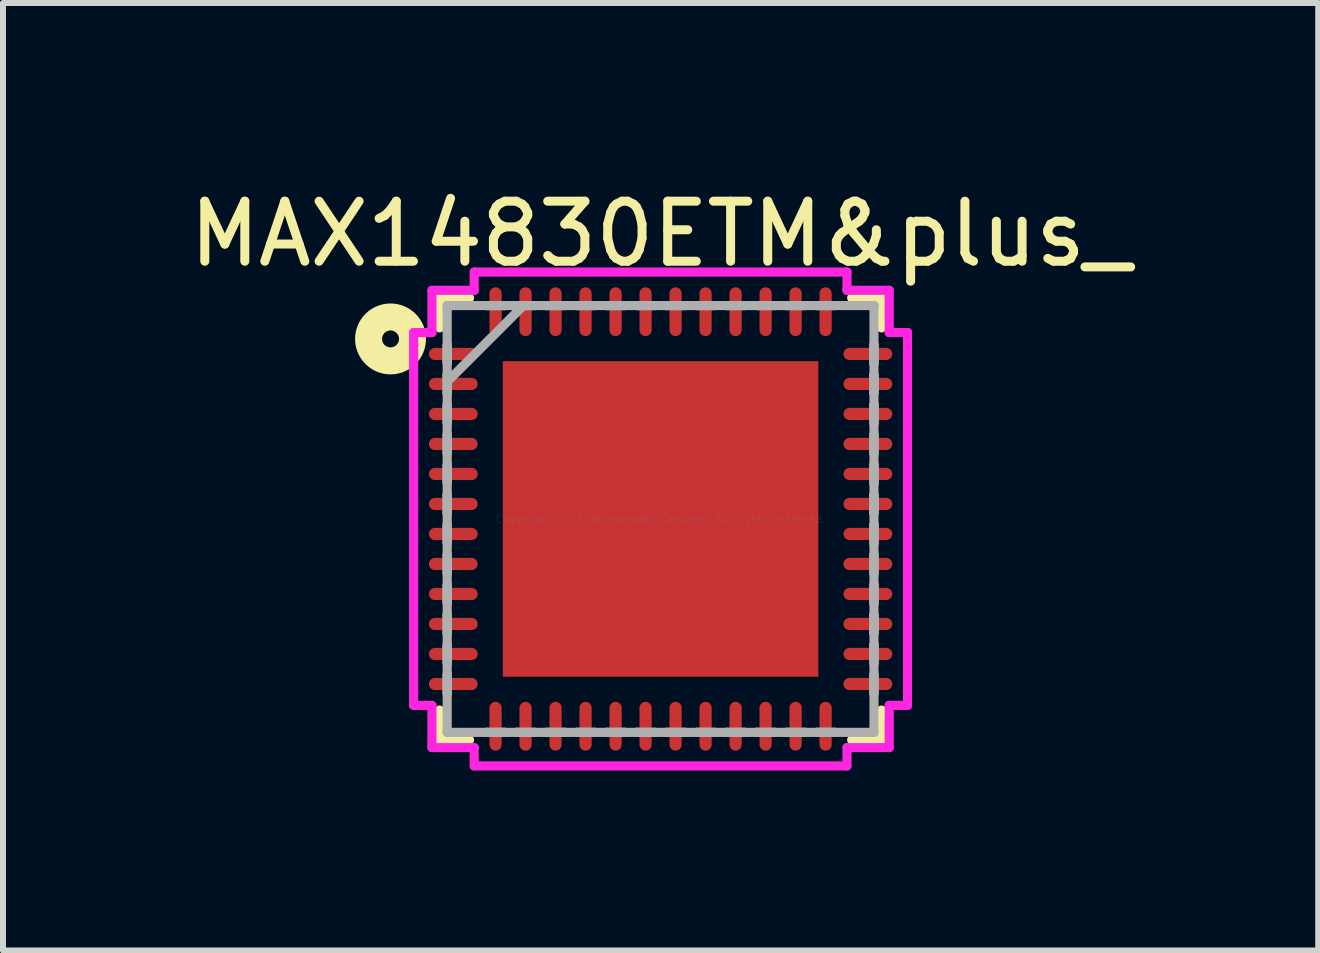
<source format=kicad_pcb>
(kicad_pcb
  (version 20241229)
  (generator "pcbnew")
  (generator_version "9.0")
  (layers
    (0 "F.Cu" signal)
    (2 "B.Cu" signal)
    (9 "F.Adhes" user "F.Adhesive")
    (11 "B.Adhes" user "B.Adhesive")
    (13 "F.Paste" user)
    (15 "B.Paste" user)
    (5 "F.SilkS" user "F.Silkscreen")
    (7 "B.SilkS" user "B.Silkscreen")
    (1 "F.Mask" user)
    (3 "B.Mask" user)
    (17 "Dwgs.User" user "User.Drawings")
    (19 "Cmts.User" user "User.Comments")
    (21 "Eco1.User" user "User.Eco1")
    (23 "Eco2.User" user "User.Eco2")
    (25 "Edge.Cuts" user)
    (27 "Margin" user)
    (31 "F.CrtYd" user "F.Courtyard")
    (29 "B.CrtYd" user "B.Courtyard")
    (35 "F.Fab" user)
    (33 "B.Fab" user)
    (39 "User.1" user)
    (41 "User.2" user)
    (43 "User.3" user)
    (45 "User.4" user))
  (footprint "MAX14830ETM&plus_"
    (layer "F.Cu")
    (at 7.958 5.598)
    (property "Reference" "MAX14830ETM&plus_" (at 0 -4.75 0) (layer "F.SilkS") (effects (font (size 1 1) (thickness 0.15))))
    (attr through_hole)
    (fp_line (start -3.683 -3.683) (end -3.683 -3.184) (stroke (width 0.152) (type solid)) (layer "F.SilkS"))
    (fp_line (start -3.683 3.184) (end -3.683 3.683) (stroke (width 0.152) (type solid)) (layer "F.SilkS"))
    (fp_line (start -3.683 3.683) (end -3.184 3.683) (stroke (width 0.152) (type solid)) (layer "F.SilkS"))
    (fp_line (start -3.184 -3.683) (end -3.683 -3.683) (stroke (width 0.152) (type solid)) (layer "F.SilkS"))
    (fp_line (start 3.184 3.683) (end 3.683 3.683) (stroke (width 0.152) (type solid)) (layer "F.SilkS"))
    (fp_line (start 3.683 -3.683) (end 3.184 -3.683) (stroke (width 0.152) (type solid)) (layer "F.SilkS"))
    (fp_line (start 3.683 -3.184) (end 3.683 -3.683) (stroke (width 0.152) (type solid)) (layer "F.SilkS"))
    (fp_line (start 3.683 3.683) (end 3.683 3.184) (stroke (width 0.152) (type solid)) (layer "F.SilkS"))
    (fp_circle (center -4.5 -3) (end -4.359 -3) (stroke (width 0.45) (type solid)) (fill no) (layer "F.SilkS"))
    (fp_line (start -2.529 -2.529) (end -2.529 -1.414) (stroke (width 0.152) (type solid)) (layer "F.Paste"))
    (fp_line (start -2.529 -1.414) (end -1.414 -1.414) (stroke (width 0.152) (type solid)) (layer "F.Paste"))
    (fp_line (start -2.529 -1.214) (end -2.529 -0.1) (stroke (width 0.152) (type solid)) (layer "F.Paste"))
    (fp_line (start -2.529 -0.1) (end -1.414 -0.1) (stroke (width 0.152) (type solid)) (layer "F.Paste"))
    (fp_line (start -2.529 0.1) (end -2.529 1.214) (stroke (width 0.152) (type solid)) (layer "F.Paste"))
    (fp_line (start -2.529 1.214) (end -1.414 1.214) (stroke (width 0.152) (type solid)) (layer "F.Paste"))
    (fp_line (start -2.529 1.414) (end -2.529 2.529) (stroke (width 0.152) (type solid)) (layer "F.Paste"))
    (fp_line (start -2.529 2.529) (end -1.414 2.529) (stroke (width 0.152) (type solid)) (layer "F.Paste"))
    (fp_line (start -1.414 -2.529) (end -2.529 -2.529) (stroke (width 0.152) (type solid)) (layer "F.Paste"))
    (fp_line (start -1.414 -1.414) (end -1.414 -2.529) (stroke (width 0.152) (type solid)) (layer "F.Paste"))
    (fp_line (start -1.414 -1.214) (end -2.529 -1.214) (stroke (width 0.152) (type solid)) (layer "F.Paste"))
    (fp_line (start -1.414 -0.1) (end -1.414 -1.214) (stroke (width 0.152) (type solid)) (layer "F.Paste"))
    (fp_line (start -1.414 0.1) (end -2.529 0.1) (stroke (width 0.152) (type solid)) (layer "F.Paste"))
    (fp_line (start -1.414 1.214) (end -1.414 0.1) (stroke (width 0.152) (type solid)) (layer "F.Paste"))
    (fp_line (start -1.414 1.414) (end -2.529 1.414) (stroke (width 0.152) (type solid)) (layer "F.Paste"))
    (fp_line (start -1.414 2.529) (end -1.414 1.414) (stroke (width 0.152) (type solid)) (layer "F.Paste"))
    (fp_line (start -1.214 -2.529) (end -1.214 -1.414) (stroke (width 0.152) (type solid)) (layer "F.Paste"))
    (fp_line (start -1.214 -1.414) (end -0.1 -1.414) (stroke (width 0.152) (type solid)) (layer "F.Paste"))
    (fp_line (start -1.214 -1.214) (end -1.214 -0.1) (stroke (width 0.152) (type solid)) (layer "F.Paste"))
    (fp_line (start -1.214 -0.1) (end -0.1 -0.1) (stroke (width 0.152) (type solid)) (layer "F.Paste"))
    (fp_line (start -1.214 0.1) (end -1.214 1.214) (stroke (width 0.152) (type solid)) (layer "F.Paste"))
    (fp_line (start -1.214 1.214) (end -0.1 1.214) (stroke (width 0.152) (type solid)) (layer "F.Paste"))
    (fp_line (start -1.214 1.414) (end -1.214 2.529) (stroke (width 0.152) (type solid)) (layer "F.Paste"))
    (fp_line (start -1.214 2.529) (end -0.1 2.529) (stroke (width 0.152) (type solid)) (layer "F.Paste"))
    (fp_line (start -0.1 -2.529) (end -1.214 -2.529) (stroke (width 0.152) (type solid)) (layer "F.Paste"))
    (fp_line (start -0.1 -1.414) (end -0.1 -2.529) (stroke (width 0.152) (type solid)) (layer "F.Paste"))
    (fp_line (start -0.1 -1.214) (end -1.214 -1.214) (stroke (width 0.152) (type solid)) (layer "F.Paste"))
    (fp_line (start -0.1 -0.1) (end -0.1 -1.214) (stroke (width 0.152) (type solid)) (layer "F.Paste"))
    (fp_line (start -0.1 0.1) (end -1.214 0.1) (stroke (width 0.152) (type solid)) (layer "F.Paste"))
    (fp_line (start -0.1 1.214) (end -0.1 0.1) (stroke (width 0.152) (type solid)) (layer "F.Paste"))
    (fp_line (start -0.1 1.414) (end -1.214 1.414) (stroke (width 0.152) (type solid)) (layer "F.Paste"))
    (fp_line (start -0.1 2.529) (end -0.1 1.414) (stroke (width 0.152) (type solid)) (layer "F.Paste"))
    (fp_line (start 0.1 -2.529) (end 0.1 -1.414) (stroke (width 0.152) (type solid)) (layer "F.Paste"))
    (fp_line (start 0.1 -1.414) (end 1.214 -1.414) (stroke (width 0.152) (type solid)) (layer "F.Paste"))
    (fp_line (start 0.1 -1.214) (end 0.1 -0.1) (stroke (width 0.152) (type solid)) (layer "F.Paste"))
    (fp_line (start 0.1 -0.1) (end 1.214 -0.1) (stroke (width 0.152) (type solid)) (layer "F.Paste"))
    (fp_line (start 0.1 0.1) (end 0.1 1.214) (stroke (width 0.152) (type solid)) (layer "F.Paste"))
    (fp_line (start 0.1 1.214) (end 1.214 1.214) (stroke (width 0.152) (type solid)) (layer "F.Paste"))
    (fp_line (start 0.1 1.414) (end 0.1 2.529) (stroke (width 0.152) (type solid)) (layer "F.Paste"))
    (fp_line (start 0.1 2.529) (end 1.214 2.529) (stroke (width 0.152) (type solid)) (layer "F.Paste"))
    (fp_line (start 1.214 -2.529) (end 0.1 -2.529) (stroke (width 0.152) (type solid)) (layer "F.Paste"))
    (fp_line (start 1.214 -1.414) (end 1.214 -2.529) (stroke (width 0.152) (type solid)) (layer "F.Paste"))
    (fp_line (start 1.214 -1.214) (end 0.1 -1.214) (stroke (width 0.152) (type solid)) (layer "F.Paste"))
    (fp_line (start 1.214 -0.1) (end 1.214 -1.214) (stroke (width 0.152) (type solid)) (layer "F.Paste"))
    (fp_line (start 1.214 0.1) (end 0.1 0.1) (stroke (width 0.152) (type solid)) (layer "F.Paste"))
    (fp_line (start 1.214 1.214) (end 1.214 0.1) (stroke (width 0.152) (type solid)) (layer "F.Paste"))
    (fp_line (start 1.214 1.414) (end 0.1 1.414) (stroke (width 0.152) (type solid)) (layer "F.Paste"))
    (fp_line (start 1.214 2.529) (end 1.214 1.414) (stroke (width 0.152) (type solid)) (layer "F.Paste"))
    (fp_line (start 1.414 -2.529) (end 1.414 -1.414) (stroke (width 0.152) (type solid)) (layer "F.Paste"))
    (fp_line (start 1.414 -1.414) (end 2.529 -1.414) (stroke (width 0.152) (type solid)) (layer "F.Paste"))
    (fp_line (start 1.414 -1.214) (end 1.414 -0.1) (stroke (width 0.152) (type solid)) (layer "F.Paste"))
    (fp_line (start 1.414 -0.1) (end 2.529 -0.1) (stroke (width 0.152) (type solid)) (layer "F.Paste"))
    (fp_line (start 1.414 0.1) (end 1.414 1.214) (stroke (width 0.152) (type solid)) (layer "F.Paste"))
    (fp_line (start 1.414 1.214) (end 2.529 1.214) (stroke (width 0.152) (type solid)) (layer "F.Paste"))
    (fp_line (start 1.414 1.414) (end 1.414 2.529) (stroke (width 0.152) (type solid)) (layer "F.Paste"))
    (fp_line (start 1.414 2.529) (end 2.529 2.529) (stroke (width 0.152) (type solid)) (layer "F.Paste"))
    (fp_line (start 2.529 -2.529) (end 1.414 -2.529) (stroke (width 0.152) (type solid)) (layer "F.Paste"))
    (fp_line (start 2.529 -1.414) (end 2.529 -2.529) (stroke (width 0.152) (type solid)) (layer "F.Paste"))
    (fp_line (start 2.529 -1.214) (end 1.414 -1.214) (stroke (width 0.152) (type solid)) (layer "F.Paste"))
    (fp_line (start 2.529 -0.1) (end 2.529 -1.214) (stroke (width 0.152) (type solid)) (layer "F.Paste"))
    (fp_line (start 2.529 0.1) (end 1.414 0.1) (stroke (width 0.152) (type solid)) (layer "F.Paste"))
    (fp_line (start 2.529 1.214) (end 2.529 0.1) (stroke (width 0.152) (type solid)) (layer "F.Paste"))
    (fp_line (start 2.529 1.414) (end 1.414 1.414) (stroke (width 0.152) (type solid)) (layer "F.Paste"))
    (fp_line (start 2.529 2.529) (end 2.529 1.414) (stroke (width 0.152) (type solid)) (layer "F.Paste"))
    (fp_line (start -4.115 -3.106) (end -3.81 -3.106) (stroke (width 0.152) (type solid)) (layer "F.CrtYd"))
    (fp_line (start -4.115 3.106) (end -4.115 -3.106) (stroke (width 0.152) (type solid)) (layer "F.CrtYd"))
    (fp_line (start -3.81 -3.81) (end -3.106 -3.81) (stroke (width 0.152) (type solid)) (layer "F.CrtYd"))
    (fp_line (start -3.81 -3.106) (end -3.81 -3.81) (stroke (width 0.152) (type solid)) (layer "F.CrtYd"))
    (fp_line (start -3.81 3.106) (end -4.115 3.106) (stroke (width 0.152) (type solid)) (layer "F.CrtYd"))
    (fp_line (start -3.81 3.81) (end -3.81 3.106) (stroke (width 0.152) (type solid)) (layer "F.CrtYd"))
    (fp_line (start -3.106 -4.115) (end 3.106 -4.115) (stroke (width 0.152) (type solid)) (layer "F.CrtYd"))
    (fp_line (start -3.106 -3.81) (end -3.106 -4.115) (stroke (width 0.152) (type solid)) (layer "F.CrtYd"))
    (fp_line (start -3.106 3.81) (end -3.81 3.81) (stroke (width 0.152) (type solid)) (layer "F.CrtYd"))
    (fp_line (start -3.106 4.115) (end -3.106 3.81) (stroke (width 0.152) (type solid)) (layer "F.CrtYd"))
    (fp_line (start 3.106 -4.115) (end 3.106 -3.81) (stroke (width 0.152) (type solid)) (layer "F.CrtYd"))
    (fp_line (start 3.106 -3.81) (end 3.81 -3.81) (stroke (width 0.152) (type solid)) (layer "F.CrtYd"))
    (fp_line (start 3.106 3.81) (end 3.106 4.115) (stroke (width 0.152) (type solid)) (layer "F.CrtYd"))
    (fp_line (start 3.106 4.115) (end -3.106 4.115) (stroke (width 0.152) (type solid)) (layer "F.CrtYd"))
    (fp_line (start 3.81 -3.81) (end 3.81 -3.106) (stroke (width 0.152) (type solid)) (layer "F.CrtYd"))
    (fp_line (start 3.81 -3.106) (end 4.115 -3.106) (stroke (width 0.152) (type solid)) (layer "F.CrtYd"))
    (fp_line (start 3.81 3.106) (end 3.81 3.81) (stroke (width 0.152) (type solid)) (layer "F.CrtYd"))
    (fp_line (start 3.81 3.81) (end 3.106 3.81) (stroke (width 0.152) (type solid)) (layer "F.CrtYd"))
    (fp_line (start 4.115 -3.106) (end 4.115 3.106) (stroke (width 0.152) (type solid)) (layer "F.CrtYd"))
    (fp_line (start 4.115 3.106) (end 3.81 3.106) (stroke (width 0.152) (type solid)) (layer "F.CrtYd"))
    (fp_line (start -3.556 -3.556) (end -3.556 -3.556) (stroke (width 0.152) (type solid)) (layer "F.Fab"))
    (fp_line (start -3.556 -3.556) (end -3.556 3.556) (stroke (width 0.152) (type solid)) (layer "F.Fab"))
    (fp_line (start -3.556 -2.902) (end -3.556 -2.902) (stroke (width 0.152) (type solid)) (layer "F.Fab"))
    (fp_line (start -3.556 -2.902) (end -3.556 -2.598) (stroke (width 0.152) (type solid)) (layer "F.Fab"))
    (fp_line (start -3.556 -2.598) (end -3.556 -2.902) (stroke (width 0.152) (type solid)) (layer "F.Fab"))
    (fp_line (start -3.556 -2.598) (end -3.556 -2.598) (stroke (width 0.152) (type solid)) (layer "F.Fab"))
    (fp_line (start -3.556 -2.402) (end -3.556 -2.402) (stroke (width 0.152) (type solid)) (layer "F.Fab"))
    (fp_line (start -3.556 -2.402) (end -3.556 -2.098) (stroke (width 0.152) (type solid)) (layer "F.Fab"))
    (fp_line (start -3.556 -2.286) (end -2.286 -3.556) (stroke (width 0.152) (type solid)) (layer "F.Fab"))
    (fp_line (start -3.556 -2.098) (end -3.556 -2.402) (stroke (width 0.152) (type solid)) (layer "F.Fab"))
    (fp_line (start -3.556 -2.098) (end -3.556 -2.098) (stroke (width 0.152) (type solid)) (layer "F.Fab"))
    (fp_line (start -3.556 -1.902) (end -3.556 -1.902) (stroke (width 0.152) (type solid)) (layer "F.Fab"))
    (fp_line (start -3.556 -1.902) (end -3.556 -1.598) (stroke (width 0.152) (type solid)) (layer "F.Fab"))
    (fp_line (start -3.556 -1.598) (end -3.556 -1.902) (stroke (width 0.152) (type solid)) (layer "F.Fab"))
    (fp_line (start -3.556 -1.598) (end -3.556 -1.598) (stroke (width 0.152) (type solid)) (layer "F.Fab"))
    (fp_line (start -3.556 -1.402) (end -3.556 -1.402) (stroke (width 0.152) (type solid)) (layer "F.Fab"))
    (fp_line (start -3.556 -1.402) (end -3.556 -1.098) (stroke (width 0.152) (type solid)) (layer "F.Fab"))
    (fp_line (start -3.556 -1.098) (end -3.556 -1.402) (stroke (width 0.152) (type solid)) (layer "F.Fab"))
    (fp_line (start -3.556 -1.098) (end -3.556 -1.098) (stroke (width 0.152) (type solid)) (layer "F.Fab"))
    (fp_line (start -3.556 -0.902) (end -3.556 -0.902) (stroke (width 0.152) (type solid)) (layer "F.Fab"))
    (fp_line (start -3.556 -0.902) (end -3.556 -0.598) (stroke (width 0.152) (type solid)) (layer "F.Fab"))
    (fp_line (start -3.556 -0.598) (end -3.556 -0.902) (stroke (width 0.152) (type solid)) (layer "F.Fab"))
    (fp_line (start -3.556 -0.598) (end -3.556 -0.598) (stroke (width 0.152) (type solid)) (layer "F.Fab"))
    (fp_line (start -3.556 -0.402) (end -3.556 -0.402) (stroke (width 0.152) (type solid)) (layer "F.Fab"))
    (fp_line (start -3.556 -0.402) (end -3.556 -0.098) (stroke (width 0.152) (type solid)) (layer "F.Fab"))
    (fp_line (start -3.556 -0.098) (end -3.556 -0.402) (stroke (width 0.152) (type solid)) (layer "F.Fab"))
    (fp_line (start -3.556 -0.098) (end -3.556 -0.098) (stroke (width 0.152) (type solid)) (layer "F.Fab"))
    (fp_line (start -3.556 0.098) (end -3.556 0.098) (stroke (width 0.152) (type solid)) (layer "F.Fab"))
    (fp_line (start -3.556 0.098) (end -3.556 0.402) (stroke (width 0.152) (type solid)) (layer "F.Fab"))
    (fp_line (start -3.556 0.402) (end -3.556 0.098) (stroke (width 0.152) (type solid)) (layer "F.Fab"))
    (fp_line (start -3.556 0.402) (end -3.556 0.402) (stroke (width 0.152) (type solid)) (layer "F.Fab"))
    (fp_line (start -3.556 0.598) (end -3.556 0.598) (stroke (width 0.152) (type solid)) (layer "F.Fab"))
    (fp_line (start -3.556 0.598) (end -3.556 0.902) (stroke (width 0.152) (type solid)) (layer "F.Fab"))
    (fp_line (start -3.556 0.902) (end -3.556 0.598) (stroke (width 0.152) (type solid)) (layer "F.Fab"))
    (fp_line (start -3.556 0.902) (end -3.556 0.902) (stroke (width 0.152) (type solid)) (layer "F.Fab"))
    (fp_line (start -3.556 1.098) (end -3.556 1.098) (stroke (width 0.152) (type solid)) (layer "F.Fab"))
    (fp_line (start -3.556 1.098) (end -3.556 1.402) (stroke (width 0.152) (type solid)) (layer "F.Fab"))
    (fp_line (start -3.556 1.402) (end -3.556 1.098) (stroke (width 0.152) (type solid)) (layer "F.Fab"))
    (fp_line (start -3.556 1.402) (end -3.556 1.402) (stroke (width 0.152) (type solid)) (layer "F.Fab"))
    (fp_line (start -3.556 1.598) (end -3.556 1.598) (stroke (width 0.152) (type solid)) (layer "F.Fab"))
    (fp_line (start -3.556 1.598) (end -3.556 1.902) (stroke (width 0.152) (type solid)) (layer "F.Fab"))
    (fp_line (start -3.556 1.902) (end -3.556 1.598) (stroke (width 0.152) (type solid)) (layer "F.Fab"))
    (fp_line (start -3.556 1.902) (end -3.556 1.902) (stroke (width 0.152) (type solid)) (layer "F.Fab"))
    (fp_line (start -3.556 2.098) (end -3.556 2.098) (stroke (width 0.152) (type solid)) (layer "F.Fab"))
    (fp_line (start -3.556 2.098) (end -3.556 2.402) (stroke (width 0.152) (type solid)) (layer "F.Fab"))
    (fp_line (start -3.556 2.402) (end -3.556 2.098) (stroke (width 0.152) (type solid)) (layer "F.Fab"))
    (fp_line (start -3.556 2.402) (end -3.556 2.402) (stroke (width 0.152) (type solid)) (layer "F.Fab"))
    (fp_line (start -3.556 2.598) (end -3.556 2.598) (stroke (width 0.152) (type solid)) (layer "F.Fab"))
    (fp_line (start -3.556 2.598) (end -3.556 2.902) (stroke (width 0.152) (type solid)) (layer "F.Fab"))
    (fp_line (start -3.556 2.902) (end -3.556 2.598) (stroke (width 0.152) (type solid)) (layer "F.Fab"))
    (fp_line (start -3.556 2.902) (end -3.556 2.902) (stroke (width 0.152) (type solid)) (layer "F.Fab"))
    (fp_line (start -3.556 3.556) (end -3.556 3.556) (stroke (width 0.152) (type solid)) (layer "F.Fab"))
    (fp_line (start -3.556 3.556) (end 3.556 3.556) (stroke (width 0.152) (type solid)) (layer "F.Fab"))
    (fp_line (start -2.902 -3.556) (end -2.902 -3.556) (stroke (width 0.152) (type solid)) (layer "F.Fab"))
    (fp_line (start -2.902 -3.556) (end -2.598 -3.556) (stroke (width 0.152) (type solid)) (layer "F.Fab"))
    (fp_line (start -2.902 3.556) (end -2.902 3.556) (stroke (width 0.152) (type solid)) (layer "F.Fab"))
    (fp_line (start -2.902 3.556) (end -2.598 3.556) (stroke (width 0.152) (type solid)) (layer "F.Fab"))
    (fp_line (start -2.598 -3.556) (end -2.902 -3.556) (stroke (width 0.152) (type solid)) (layer "F.Fab"))
    (fp_line (start -2.598 -3.556) (end -2.598 -3.556) (stroke (width 0.152) (type solid)) (layer "F.Fab"))
    (fp_line (start -2.598 3.556) (end -2.902 3.556) (stroke (width 0.152) (type solid)) (layer "F.Fab"))
    (fp_line (start -2.598 3.556) (end -2.598 3.556) (stroke (width 0.152) (type solid)) (layer "F.Fab"))
    (fp_line (start -2.402 -3.556) (end -2.402 -3.556) (stroke (width 0.152) (type solid)) (layer "F.Fab"))
    (fp_line (start -2.402 -3.556) (end -2.098 -3.556) (stroke (width 0.152) (type solid)) (layer "F.Fab"))
    (fp_line (start -2.402 3.556) (end -2.402 3.556) (stroke (width 0.152) (type solid)) (layer "F.Fab"))
    (fp_line (start -2.402 3.556) (end -2.098 3.556) (stroke (width 0.152) (type solid)) (layer "F.Fab"))
    (fp_line (start -2.098 -3.556) (end -2.402 -3.556) (stroke (width 0.152) (type solid)) (layer "F.Fab"))
    (fp_line (start -2.098 -3.556) (end -2.098 -3.556) (stroke (width 0.152) (type solid)) (layer "F.Fab"))
    (fp_line (start -2.098 3.556) (end -2.402 3.556) (stroke (width 0.152) (type solid)) (layer "F.Fab"))
    (fp_line (start -2.098 3.556) (end -2.098 3.556) (stroke (width 0.152) (type solid)) (layer "F.Fab"))
    (fp_line (start -1.902 -3.556) (end -1.902 -3.556) (stroke (width 0.152) (type solid)) (layer "F.Fab"))
    (fp_line (start -1.902 -3.556) (end -1.598 -3.556) (stroke (width 0.152) (type solid)) (layer "F.Fab"))
    (fp_line (start -1.902 3.556) (end -1.902 3.556) (stroke (width 0.152) (type solid)) (layer "F.Fab"))
    (fp_line (start -1.902 3.556) (end -1.598 3.556) (stroke (width 0.152) (type solid)) (layer "F.Fab"))
    (fp_line (start -1.598 -3.556) (end -1.902 -3.556) (stroke (width 0.152) (type solid)) (layer "F.Fab"))
    (fp_line (start -1.598 -3.556) (end -1.598 -3.556) (stroke (width 0.152) (type solid)) (layer "F.Fab"))
    (fp_line (start -1.598 3.556) (end -1.902 3.556) (stroke (width 0.152) (type solid)) (layer "F.Fab"))
    (fp_line (start -1.598 3.556) (end -1.598 3.556) (stroke (width 0.152) (type solid)) (layer "F.Fab"))
    (fp_line (start -1.402 -3.556) (end -1.402 -3.556) (stroke (width 0.152) (type solid)) (layer "F.Fab"))
    (fp_line (start -1.402 -3.556) (end -1.098 -3.556) (stroke (width 0.152) (type solid)) (layer "F.Fab"))
    (fp_line (start -1.402 3.556) (end -1.402 3.556) (stroke (width 0.152) (type solid)) (layer "F.Fab"))
    (fp_line (start -1.402 3.556) (end -1.098 3.556) (stroke (width 0.152) (type solid)) (layer "F.Fab"))
    (fp_line (start -1.098 -3.556) (end -1.402 -3.556) (stroke (width 0.152) (type solid)) (layer "F.Fab"))
    (fp_line (start -1.098 -3.556) (end -1.098 -3.556) (stroke (width 0.152) (type solid)) (layer "F.Fab"))
    (fp_line (start -1.098 3.556) (end -1.402 3.556) (stroke (width 0.152) (type solid)) (layer "F.Fab"))
    (fp_line (start -1.098 3.556) (end -1.098 3.556) (stroke (width 0.152) (type solid)) (layer "F.Fab"))
    (fp_line (start -0.902 -3.556) (end -0.902 -3.556) (stroke (width 0.152) (type solid)) (layer "F.Fab"))
    (fp_line (start -0.902 -3.556) (end -0.598 -3.556) (stroke (width 0.152) (type solid)) (layer "F.Fab"))
    (fp_line (start -0.902 3.556) (end -0.902 3.556) (stroke (width 0.152) (type solid)) (layer "F.Fab"))
    (fp_line (start -0.902 3.556) (end -0.598 3.556) (stroke (width 0.152) (type solid)) (layer "F.Fab"))
    (fp_line (start -0.598 -3.556) (end -0.902 -3.556) (stroke (width 0.152) (type solid)) (layer "F.Fab"))
    (fp_line (start -0.598 -3.556) (end -0.598 -3.556) (stroke (width 0.152) (type solid)) (layer "F.Fab"))
    (fp_line (start -0.598 3.556) (end -0.902 3.556) (stroke (width 0.152) (type solid)) (layer "F.Fab"))
    (fp_line (start -0.598 3.556) (end -0.598 3.556) (stroke (width 0.152) (type solid)) (layer "F.Fab"))
    (fp_line (start -0.402 -3.556) (end -0.402 -3.556) (stroke (width 0.152) (type solid)) (layer "F.Fab"))
    (fp_line (start -0.402 -3.556) (end -0.098 -3.556) (stroke (width 0.152) (type solid)) (layer "F.Fab"))
    (fp_line (start -0.402 3.556) (end -0.402 3.556) (stroke (width 0.152) (type solid)) (layer "F.Fab"))
    (fp_line (start -0.402 3.556) (end -0.098 3.556) (stroke (width 0.152) (type solid)) (layer "F.Fab"))
    (fp_line (start -0.098 -3.556) (end -0.402 -3.556) (stroke (width 0.152) (type solid)) (layer "F.Fab"))
    (fp_line (start -0.098 -3.556) (end -0.098 -3.556) (stroke (width 0.152) (type solid)) (layer "F.Fab"))
    (fp_line (start -0.098 3.556) (end -0.402 3.556) (stroke (width 0.152) (type solid)) (layer "F.Fab"))
    (fp_line (start -0.098 3.556) (end -0.098 3.556) (stroke (width 0.152) (type solid)) (layer "F.Fab"))
    (fp_line (start 0.098 -3.556) (end 0.098 -3.556) (stroke (width 0.152) (type solid)) (layer "F.Fab"))
    (fp_line (start 0.098 -3.556) (end 0.402 -3.556) (stroke (width 0.152) (type solid)) (layer "F.Fab"))
    (fp_line (start 0.098 3.556) (end 0.098 3.556) (stroke (width 0.152) (type solid)) (layer "F.Fab"))
    (fp_line (start 0.098 3.556) (end 0.402 3.556) (stroke (width 0.152) (type solid)) (layer "F.Fab"))
    (fp_line (start 0.402 -3.556) (end 0.098 -3.556) (stroke (width 0.152) (type solid)) (layer "F.Fab"))
    (fp_line (start 0.402 -3.556) (end 0.402 -3.556) (stroke (width 0.152) (type solid)) (layer "F.Fab"))
    (fp_line (start 0.402 3.556) (end 0.098 3.556) (stroke (width 0.152) (type solid)) (layer "F.Fab"))
    (fp_line (start 0.402 3.556) (end 0.402 3.556) (stroke (width 0.152) (type solid)) (layer "F.Fab"))
    (fp_line (start 0.598 -3.556) (end 0.598 -3.556) (stroke (width 0.152) (type solid)) (layer "F.Fab"))
    (fp_line (start 0.598 -3.556) (end 0.902 -3.556) (stroke (width 0.152) (type solid)) (layer "F.Fab"))
    (fp_line (start 0.598 3.556) (end 0.598 3.556) (stroke (width 0.152) (type solid)) (layer "F.Fab"))
    (fp_line (start 0.598 3.556) (end 0.902 3.556) (stroke (width 0.152) (type solid)) (layer "F.Fab"))
    (fp_line (start 0.902 -3.556) (end 0.598 -3.556) (stroke (width 0.152) (type solid)) (layer "F.Fab"))
    (fp_line (start 0.902 -3.556) (end 0.902 -3.556) (stroke (width 0.152) (type solid)) (layer "F.Fab"))
    (fp_line (start 0.902 3.556) (end 0.598 3.556) (stroke (width 0.152) (type solid)) (layer "F.Fab"))
    (fp_line (start 0.902 3.556) (end 0.902 3.556) (stroke (width 0.152) (type solid)) (layer "F.Fab"))
    (fp_line (start 1.098 -3.556) (end 1.098 -3.556) (stroke (width 0.152) (type solid)) (layer "F.Fab"))
    (fp_line (start 1.098 -3.556) (end 1.402 -3.556) (stroke (width 0.152) (type solid)) (layer "F.Fab"))
    (fp_line (start 1.098 3.556) (end 1.098 3.556) (stroke (width 0.152) (type solid)) (layer "F.Fab"))
    (fp_line (start 1.098 3.556) (end 1.402 3.556) (stroke (width 0.152) (type solid)) (layer "F.Fab"))
    (fp_line (start 1.402 -3.556) (end 1.098 -3.556) (stroke (width 0.152) (type solid)) (layer "F.Fab"))
    (fp_line (start 1.402 -3.556) (end 1.402 -3.556) (stroke (width 0.152) (type solid)) (layer "F.Fab"))
    (fp_line (start 1.402 3.556) (end 1.098 3.556) (stroke (width 0.152) (type solid)) (layer "F.Fab"))
    (fp_line (start 1.402 3.556) (end 1.402 3.556) (stroke (width 0.152) (type solid)) (layer "F.Fab"))
    (fp_line (start 1.598 -3.556) (end 1.598 -3.556) (stroke (width 0.152) (type solid)) (layer "F.Fab"))
    (fp_line (start 1.598 -3.556) (end 1.902 -3.556) (stroke (width 0.152) (type solid)) (layer "F.Fab"))
    (fp_line (start 1.598 3.556) (end 1.598 3.556) (stroke (width 0.152) (type solid)) (layer "F.Fab"))
    (fp_line (start 1.598 3.556) (end 1.902 3.556) (stroke (width 0.152) (type solid)) (layer "F.Fab"))
    (fp_line (start 1.902 -3.556) (end 1.598 -3.556) (stroke (width 0.152) (type solid)) (layer "F.Fab"))
    (fp_line (start 1.902 -3.556) (end 1.902 -3.556) (stroke (width 0.152) (type solid)) (layer "F.Fab"))
    (fp_line (start 1.902 3.556) (end 1.598 3.556) (stroke (width 0.152) (type solid)) (layer "F.Fab"))
    (fp_line (start 1.902 3.556) (end 1.902 3.556) (stroke (width 0.152) (type solid)) (layer "F.Fab"))
    (fp_line (start 2.098 -3.556) (end 2.098 -3.556) (stroke (width 0.152) (type solid)) (layer "F.Fab"))
    (fp_line (start 2.098 -3.556) (end 2.402 -3.556) (stroke (width 0.152) (type solid)) (layer "F.Fab"))
    (fp_line (start 2.098 3.556) (end 2.098 3.556) (stroke (width 0.152) (type solid)) (layer "F.Fab"))
    (fp_line (start 2.098 3.556) (end 2.402 3.556) (stroke (width 0.152) (type solid)) (layer "F.Fab"))
    (fp_line (start 2.402 -3.556) (end 2.098 -3.556) (stroke (width 0.152) (type solid)) (layer "F.Fab"))
    (fp_line (start 2.402 -3.556) (end 2.402 -3.556) (stroke (width 0.152) (type solid)) (layer "F.Fab"))
    (fp_line (start 2.402 3.556) (end 2.098 3.556) (stroke (width 0.152) (type solid)) (layer "F.Fab"))
    (fp_line (start 2.402 3.556) (end 2.402 3.556) (stroke (width 0.152) (type solid)) (layer "F.Fab"))
    (fp_line (start 2.598 -3.556) (end 2.598 -3.556) (stroke (width 0.152) (type solid)) (layer "F.Fab"))
    (fp_line (start 2.598 -3.556) (end 2.902 -3.556) (stroke (width 0.152) (type solid)) (layer "F.Fab"))
    (fp_line (start 2.598 3.556) (end 2.598 3.556) (stroke (width 0.152) (type solid)) (layer "F.Fab"))
    (fp_line (start 2.598 3.556) (end 2.902 3.556) (stroke (width 0.152) (type solid)) (layer "F.Fab"))
    (fp_line (start 2.902 -3.556) (end 2.598 -3.556) (stroke (width 0.152) (type solid)) (layer "F.Fab"))
    (fp_line (start 2.902 -3.556) (end 2.902 -3.556) (stroke (width 0.152) (type solid)) (layer "F.Fab"))
    (fp_line (start 2.902 3.556) (end 2.598 3.556) (stroke (width 0.152) (type solid)) (layer "F.Fab"))
    (fp_line (start 2.902 3.556) (end 2.902 3.556) (stroke (width 0.152) (type solid)) (layer "F.Fab"))
    (fp_line (start 3.556 -3.556) (end -3.556 -3.556) (stroke (width 0.152) (type solid)) (layer "F.Fab"))
    (fp_line (start 3.556 -3.556) (end 3.556 -3.556) (stroke (width 0.152) (type solid)) (layer "F.Fab"))
    (fp_line (start 3.556 -2.902) (end 3.556 -2.902) (stroke (width 0.152) (type solid)) (layer "F.Fab"))
    (fp_line (start 3.556 -2.902) (end 3.556 -2.598) (stroke (width 0.152) (type solid)) (layer "F.Fab"))
    (fp_line (start 3.556 -2.598) (end 3.556 -2.902) (stroke (width 0.152) (type solid)) (layer "F.Fab"))
    (fp_line (start 3.556 -2.598) (end 3.556 -2.598) (stroke (width 0.152) (type solid)) (layer "F.Fab"))
    (fp_line (start 3.556 -2.402) (end 3.556 -2.402) (stroke (width 0.152) (type solid)) (layer "F.Fab"))
    (fp_line (start 3.556 -2.402) (end 3.556 -2.098) (stroke (width 0.152) (type solid)) (layer "F.Fab"))
    (fp_line (start 3.556 -2.098) (end 3.556 -2.402) (stroke (width 0.152) (type solid)) (layer "F.Fab"))
    (fp_line (start 3.556 -2.098) (end 3.556 -2.098) (stroke (width 0.152) (type solid)) (layer "F.Fab"))
    (fp_line (start 3.556 -1.902) (end 3.556 -1.902) (stroke (width 0.152) (type solid)) (layer "F.Fab"))
    (fp_line (start 3.556 -1.902) (end 3.556 -1.598) (stroke (width 0.152) (type solid)) (layer "F.Fab"))
    (fp_line (start 3.556 -1.598) (end 3.556 -1.902) (stroke (width 0.152) (type solid)) (layer "F.Fab"))
    (fp_line (start 3.556 -1.598) (end 3.556 -1.598) (stroke (width 0.152) (type solid)) (layer "F.Fab"))
    (fp_line (start 3.556 -1.402) (end 3.556 -1.402) (stroke (width 0.152) (type solid)) (layer "F.Fab"))
    (fp_line (start 3.556 -1.402) (end 3.556 -1.098) (stroke (width 0.152) (type solid)) (layer "F.Fab"))
    (fp_line (start 3.556 -1.098) (end 3.556 -1.402) (stroke (width 0.152) (type solid)) (layer "F.Fab"))
    (fp_line (start 3.556 -1.098) (end 3.556 -1.098) (stroke (width 0.152) (type solid)) (layer "F.Fab"))
    (fp_line (start 3.556 -0.902) (end 3.556 -0.902) (stroke (width 0.152) (type solid)) (layer "F.Fab"))
    (fp_line (start 3.556 -0.902) (end 3.556 -0.598) (stroke (width 0.152) (type solid)) (layer "F.Fab"))
    (fp_line (start 3.556 -0.598) (end 3.556 -0.902) (stroke (width 0.152) (type solid)) (layer "F.Fab"))
    (fp_line (start 3.556 -0.598) (end 3.556 -0.598) (stroke (width 0.152) (type solid)) (layer "F.Fab"))
    (fp_line (start 3.556 -0.402) (end 3.556 -0.402) (stroke (width 0.152) (type solid)) (layer "F.Fab"))
    (fp_line (start 3.556 -0.402) (end 3.556 -0.098) (stroke (width 0.152) (type solid)) (layer "F.Fab"))
    (fp_line (start 3.556 -0.098) (end 3.556 -0.402) (stroke (width 0.152) (type solid)) (layer "F.Fab"))
    (fp_line (start 3.556 -0.098) (end 3.556 -0.098) (stroke (width 0.152) (type solid)) (layer "F.Fab"))
    (fp_line (start 3.556 0.098) (end 3.556 0.098) (stroke (width 0.152) (type solid)) (layer "F.Fab"))
    (fp_line (start 3.556 0.098) (end 3.556 0.402) (stroke (width 0.152) (type solid)) (layer "F.Fab"))
    (fp_line (start 3.556 0.402) (end 3.556 0.098) (stroke (width 0.152) (type solid)) (layer "F.Fab"))
    (fp_line (start 3.556 0.402) (end 3.556 0.402) (stroke (width 0.152) (type solid)) (layer "F.Fab"))
    (fp_line (start 3.556 0.598) (end 3.556 0.598) (stroke (width 0.152) (type solid)) (layer "F.Fab"))
    (fp_line (start 3.556 0.598) (end 3.556 0.902) (stroke (width 0.152) (type solid)) (layer "F.Fab"))
    (fp_line (start 3.556 0.902) (end 3.556 0.598) (stroke (width 0.152) (type solid)) (layer "F.Fab"))
    (fp_line (start 3.556 0.902) (end 3.556 0.902) (stroke (width 0.152) (type solid)) (layer "F.Fab"))
    (fp_line (start 3.556 1.098) (end 3.556 1.098) (stroke (width 0.152) (type solid)) (layer "F.Fab"))
    (fp_line (start 3.556 1.098) (end 3.556 1.402) (stroke (width 0.152) (type solid)) (layer "F.Fab"))
    (fp_line (start 3.556 1.402) (end 3.556 1.098) (stroke (width 0.152) (type solid)) (layer "F.Fab"))
    (fp_line (start 3.556 1.402) (end 3.556 1.402) (stroke (width 0.152) (type solid)) (layer "F.Fab"))
    (fp_line (start 3.556 1.598) (end 3.556 1.598) (stroke (width 0.152) (type solid)) (layer "F.Fab"))
    (fp_line (start 3.556 1.598) (end 3.556 1.902) (stroke (width 0.152) (type solid)) (layer "F.Fab"))
    (fp_line (start 3.556 1.902) (end 3.556 1.598) (stroke (width 0.152) (type solid)) (layer "F.Fab"))
    (fp_line (start 3.556 1.902) (end 3.556 1.902) (stroke (width 0.152) (type solid)) (layer "F.Fab"))
    (fp_line (start 3.556 2.098) (end 3.556 2.098) (stroke (width 0.152) (type solid)) (layer "F.Fab"))
    (fp_line (start 3.556 2.098) (end 3.556 2.402) (stroke (width 0.152) (type solid)) (layer "F.Fab"))
    (fp_line (start 3.556 2.402) (end 3.556 2.098) (stroke (width 0.152) (type solid)) (layer "F.Fab"))
    (fp_line (start 3.556 2.402) (end 3.556 2.402) (stroke (width 0.152) (type solid)) (layer "F.Fab"))
    (fp_line (start 3.556 2.598) (end 3.556 2.598) (stroke (width 0.152) (type solid)) (layer "F.Fab"))
    (fp_line (start 3.556 2.598) (end 3.556 2.902) (stroke (width 0.152) (type solid)) (layer "F.Fab"))
    (fp_line (start 3.556 2.902) (end 3.556 2.598) (stroke (width 0.152) (type solid)) (layer "F.Fab"))
    (fp_line (start 3.556 2.902) (end 3.556 2.902) (stroke (width 0.152) (type solid)) (layer "F.Fab"))
    (fp_line (start 3.556 3.556) (end 3.556 -3.556) (stroke (width 0.152) (type solid)) (layer "F.Fab"))
    (fp_line (start 3.556 3.556) (end 3.556 3.556) (stroke (width 0.152) (type solid)) (layer "F.Fab"))
    (fp_text user "Copyright 2016 Accelerated Designs. All rights reserved." (at 0 0 0) (layer "Cmts.User") (effects (font (size 0.127 0.127) (thickness 0.002))))
    (pad "1" smd oval (at -3.454 -2.75 90) (size 0.203 0.813) (layers "F.Cu" "F.Mask" "F.Paste"))
    (pad "2" smd oval (at -3.454 -2.25 90) (size 0.203 0.813) (layers "F.Cu" "F.Mask" "F.Paste"))
    (pad "3" smd oval (at -3.454 -1.75 90) (size 0.203 0.813) (layers "F.Cu" "F.Mask" "F.Paste"))
    (pad "4" smd oval (at -3.454 -1.25 90) (size 0.203 0.813) (layers "F.Cu" "F.Mask" "F.Paste"))
    (pad "5" smd oval (at -3.454 -0.75 90) (size 0.203 0.813) (layers "F.Cu" "F.Mask" "F.Paste"))
    (pad "6" smd oval (at -3.454 -0.25 90) (size 0.203 0.813) (layers "F.Cu" "F.Mask" "F.Paste"))
    (pad "7" smd oval (at -3.454 0.25 90) (size 0.203 0.813) (layers "F.Cu" "F.Mask" "F.Paste"))
    (pad "8" smd oval (at -3.454 0.75 90) (size 0.203 0.813) (layers "F.Cu" "F.Mask" "F.Paste"))
    (pad "9" smd oval (at -3.454 1.25 90) (size 0.203 0.813) (layers "F.Cu" "F.Mask" "F.Paste"))
    (pad "10" smd oval (at -3.454 1.75 90) (size 0.203 0.813) (layers "F.Cu" "F.Mask" "F.Paste"))
    (pad "11" smd oval (at -3.454 2.25 90) (size 0.203 0.813) (layers "F.Cu" "F.Mask" "F.Paste"))
    (pad "12" smd oval (at -3.454 2.75 90) (size 0.203 0.813) (layers "F.Cu" "F.Mask" "F.Paste"))
    (pad "13" smd oval (at -2.75 3.454) (size 0.203 0.813) (layers "F.Cu" "F.Mask" "F.Paste"))
    (pad "14" smd oval (at -2.25 3.454) (size 0.203 0.813) (layers "F.Cu" "F.Mask" "F.Paste"))
    (pad "15" smd oval (at -1.75 3.454) (size 0.203 0.813) (layers "F.Cu" "F.Mask" "F.Paste"))
    (pad "16" smd oval (at -1.25 3.454) (size 0.203 0.813) (layers "F.Cu" "F.Mask" "F.Paste"))
    (pad "17" smd oval (at -0.75 3.454) (size 0.203 0.813) (layers "F.Cu" "F.Mask" "F.Paste"))
    (pad "18" smd oval (at -0.25 3.454) (size 0.203 0.813) (layers "F.Cu" "F.Mask" "F.Paste"))
    (pad "19" smd oval (at 0.25 3.454) (size 0.203 0.813) (layers "F.Cu" "F.Mask" "F.Paste"))
    (pad "20" smd oval (at 0.75 3.454) (size 0.203 0.813) (layers "F.Cu" "F.Mask" "F.Paste"))
    (pad "21" smd oval (at 1.25 3.454) (size 0.203 0.813) (layers "F.Cu" "F.Mask" "F.Paste"))
    (pad "22" smd oval (at 1.75 3.454) (size 0.203 0.813) (layers "F.Cu" "F.Mask" "F.Paste"))
    (pad "23" smd oval (at 2.25 3.454) (size 0.203 0.813) (layers "F.Cu" "F.Mask" "F.Paste"))
    (pad "24" smd oval (at 2.75 3.454) (size 0.203 0.813) (layers "F.Cu" "F.Mask" "F.Paste"))
    (pad "25" smd oval (at 3.454 2.75 90) (size 0.203 0.813) (layers "F.Cu" "F.Mask" "F.Paste"))
    (pad "26" smd oval (at 3.454 2.25 90) (size 0.203 0.813) (layers "F.Cu" "F.Mask" "F.Paste"))
    (pad "27" smd oval (at 3.454 1.75 90) (size 0.203 0.813) (layers "F.Cu" "F.Mask" "F.Paste"))
    (pad "28" smd oval (at 3.454 1.25 90) (size 0.203 0.813) (layers "F.Cu" "F.Mask" "F.Paste"))
    (pad "29" smd oval (at 3.454 0.75 90) (size 0.203 0.813) (layers "F.Cu" "F.Mask" "F.Paste"))
    (pad "30" smd oval (at 3.454 0.25 90) (size 0.203 0.813) (layers "F.Cu" "F.Mask" "F.Paste"))
    (pad "31" smd oval (at 3.454 -0.25 90) (size 0.203 0.813) (layers "F.Cu" "F.Mask" "F.Paste"))
    (pad "32" smd oval (at 3.454 -0.75 90) (size 0.203 0.813) (layers "F.Cu" "F.Mask" "F.Paste"))
    (pad "33" smd oval (at 3.454 -1.25 90) (size 0.203 0.813) (layers "F.Cu" "F.Mask" "F.Paste"))
    (pad "34" smd oval (at 3.454 -1.75 90) (size 0.203 0.813) (layers "F.Cu" "F.Mask" "F.Paste"))
    (pad "35" smd oval (at 3.454 -2.25 90) (size 0.203 0.813) (layers "F.Cu" "F.Mask" "F.Paste"))
    (pad "36" smd oval (at 3.454 -2.75 90) (size 0.203 0.813) (layers "F.Cu" "F.Mask" "F.Paste"))
    (pad "37" smd oval (at 2.75 -3.454) (size 0.203 0.813) (layers "F.Cu" "F.Mask" "F.Paste"))
    (pad "38" smd oval (at 2.25 -3.454) (size 0.203 0.813) (layers "F.Cu" "F.Mask" "F.Paste"))
    (pad "39" smd oval (at 1.75 -3.454) (size 0.203 0.813) (layers "F.Cu" "F.Mask" "F.Paste"))
    (pad "40" smd oval (at 1.25 -3.454) (size 0.203 0.813) (layers "F.Cu" "F.Mask" "F.Paste"))
    (pad "41" smd oval (at 0.75 -3.454) (size 0.203 0.813) (layers "F.Cu" "F.Mask" "F.Paste"))
    (pad "42" smd oval (at 0.25 -3.454) (size 0.203 0.813) (layers "F.Cu" "F.Mask" "F.Paste"))
    (pad "43" smd oval (at -0.25 -3.454) (size 0.203 0.813) (layers "F.Cu" "F.Mask" "F.Paste"))
    (pad "44" smd oval (at -0.75 -3.454) (size 0.203 0.813) (layers "F.Cu" "F.Mask" "F.Paste"))
    (pad "45" smd oval (at -1.25 -3.454) (size 0.203 0.813) (layers "F.Cu" "F.Mask" "F.Paste"))
    (pad "46" smd oval (at -1.75 -3.454) (size 0.203 0.813) (layers "F.Cu" "F.Mask" "F.Paste"))
    (pad "47" smd oval (at -2.25 -3.454) (size 0.203 0.813) (layers "F.Cu" "F.Mask" "F.Paste"))
    (pad "48" smd oval (at -2.75 -3.454) (size 0.203 0.813) (layers "F.Cu" "F.Mask" "F.Paste"))
    (pad "49" smd rect (at 0 0) (size 5.258 5.258) (layers "F.Cu" "F.Mask" "F.Paste")))
  (gr_rect
    (start -3 -3)
    (end 18.917 12.789)
    (stroke (width 0.1) (type default))
    (fill no)
    (layer "Edge.Cuts")))
</source>
